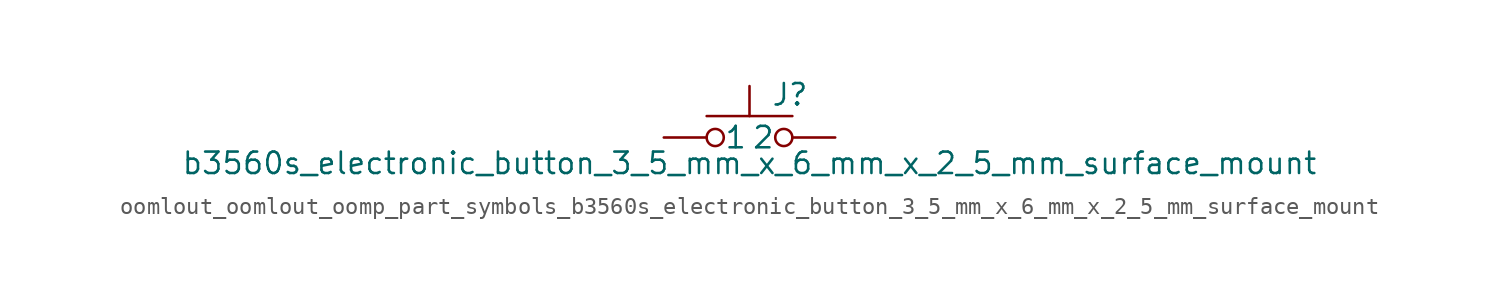
<source format=kicad_sym>
(kicad_symbol_lib
  (version 20220914)
  (generator kicad_symbol_editor)
  (symbol "oomlout_oomlout_oomp_part_symbols_b3560s_electronic_button_3_5_mm_x_6_mm_x_2_5_mm_surface_mount"
    (pin_numbers hide)
    (pin_names
      (offset 1.016))
    (property "Reference" "J"
      (at 1.27 2.54 0)
      (effects (font (size 1.27 1.27)) (justify left)))
    (property "Value" "b3560s_electronic_button_3_5_mm_x_6_mm_x_2_5_mm_surface_mount"
      (at 0 -1.524 0)
      (effects (font (size 1.27 1.27))))
    (symbol "oomlout_oomlout_oomp_part_symbols_b3560s_electronic_button_3_5_mm_x_6_mm_x_2_5_mm_surface_mount_0_1"
      (circle (center -2.032 0) (radius 0.508) (stroke (width 0) (type default)) (fill (type none)))
      (polyline (pts (xy 0 1.27) (xy 0 3.048)) (stroke (width 0) (type default)) (fill (type none)))
      (polyline (pts (xy 2.54 1.27) (xy -2.54 1.27)) (stroke (width 0) (type default)) (fill (type none)))
      (circle (center 2.032 0) (radius 0.508) (stroke (width 0) (type default)) (fill (type none)))
      (pin passive line (at -5.08 0 0) (length 2.54) (name "1" (effects (font (size 1.27 1.27)))) (number "1" (effects (font (size 1.27 1.27)))))
      (pin passive line (at 5.08 0 180) (length 2.54) (name "2" (effects (font (size 1.27 1.27)))) (number "2" (effects (font (size 1.27 1.27))))))))
</source>
